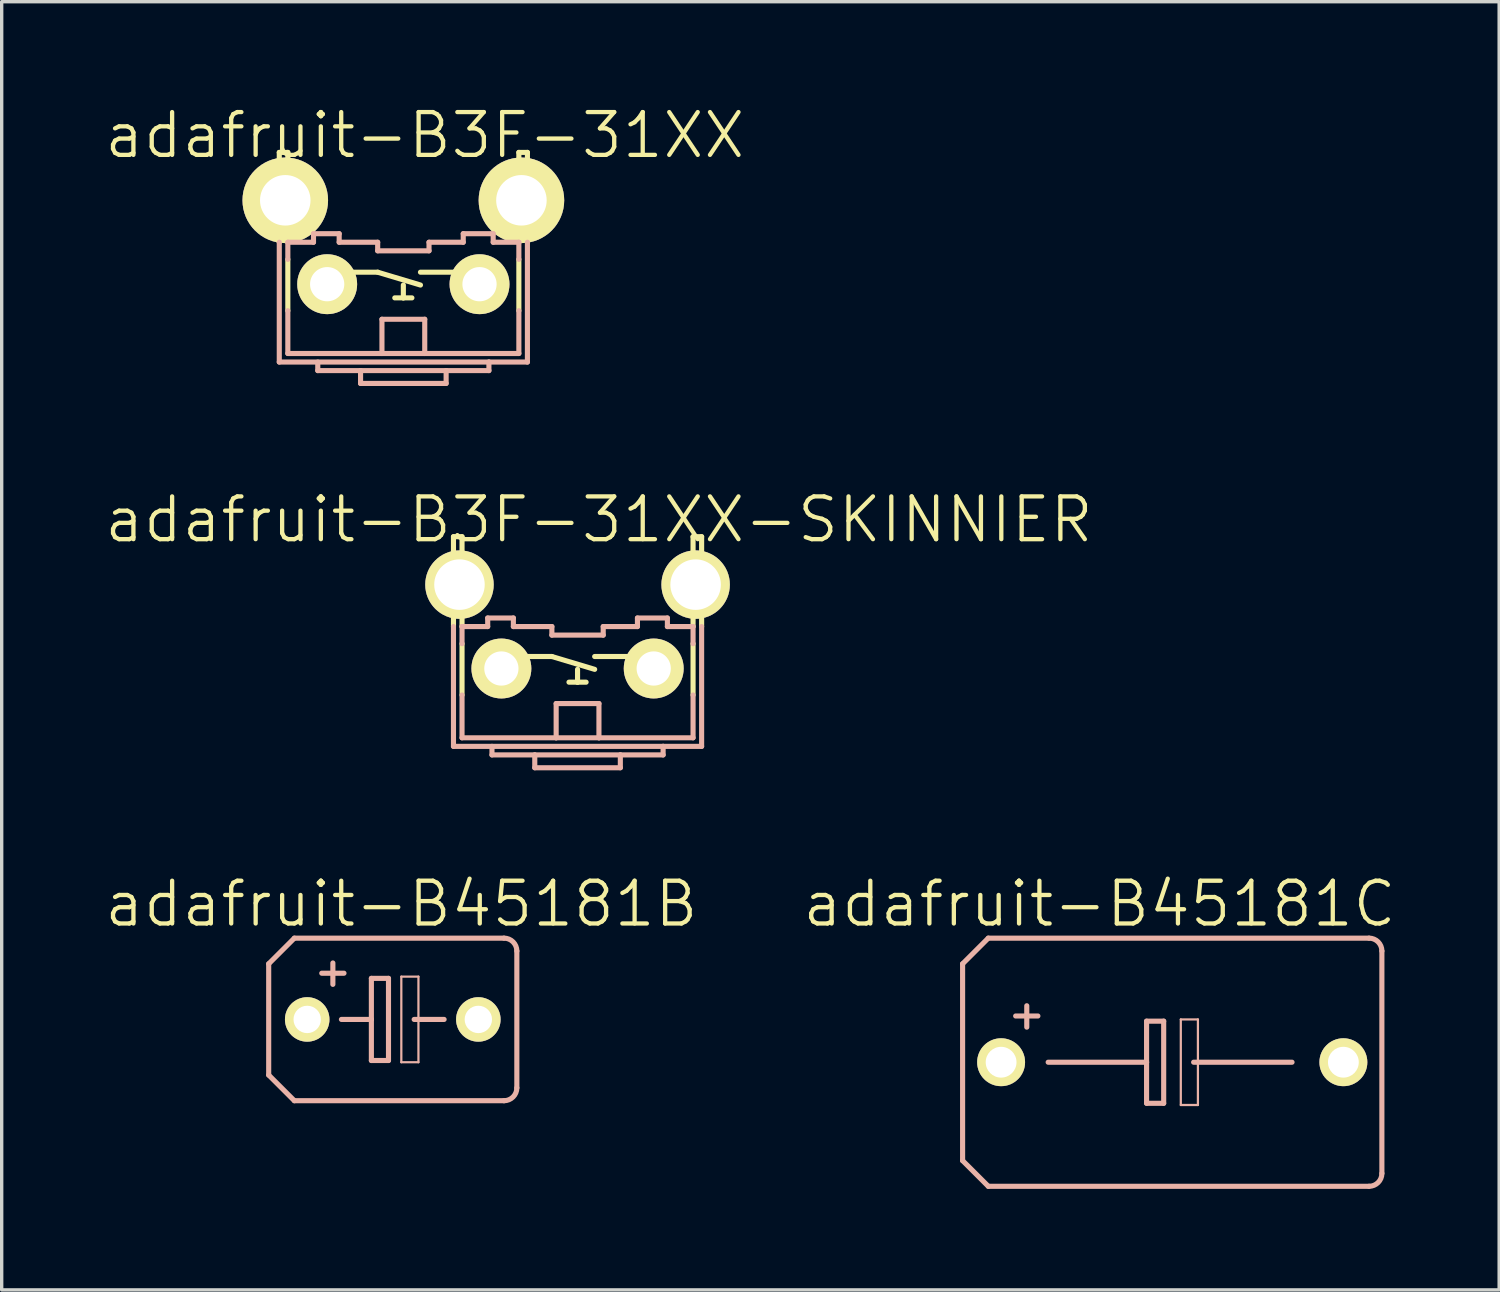
<source format=kicad_pcb>
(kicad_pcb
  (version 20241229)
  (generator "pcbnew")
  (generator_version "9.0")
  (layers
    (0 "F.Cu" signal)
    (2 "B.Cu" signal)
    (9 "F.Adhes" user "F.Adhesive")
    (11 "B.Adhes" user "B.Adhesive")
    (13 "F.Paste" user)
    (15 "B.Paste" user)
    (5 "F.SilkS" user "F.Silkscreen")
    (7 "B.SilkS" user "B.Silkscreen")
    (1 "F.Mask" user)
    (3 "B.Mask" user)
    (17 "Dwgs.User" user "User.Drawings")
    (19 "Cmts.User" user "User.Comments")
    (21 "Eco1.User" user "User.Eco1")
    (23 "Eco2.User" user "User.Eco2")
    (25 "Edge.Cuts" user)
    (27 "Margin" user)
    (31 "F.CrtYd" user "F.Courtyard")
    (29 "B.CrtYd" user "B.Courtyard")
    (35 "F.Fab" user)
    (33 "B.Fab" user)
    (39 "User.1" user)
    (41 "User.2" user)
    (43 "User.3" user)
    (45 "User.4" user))
  (footprint "adafruit-B45181C"
    (layer "F.Cu")
    (at 31.747 28.481)
    (property "Reference" "adafruit-B45181C" (at -2.159 -4.699 0) (layer "F.SilkS") (effects (font (size 1.27 1.27) (thickness 0.127))))
    (attr exclude_from_pos_files exclude_from_bom)
    (fp_line (start -6.223 -2.921) (end -6.223 2.921) (stroke (width 0.152) (type solid)) (layer "B.SilkS"))
    (fp_line (start -6.223 -2.921) (end -5.461 -3.683) (stroke (width 0.152) (type solid)) (layer "B.SilkS"))
    (fp_line (start -5.461 3.683) (end -6.223 2.921) (stroke (width 0.152) (type solid)) (layer "B.SilkS"))
    (fp_line (start -5.461 3.683) (end 5.842 3.683) (stroke (width 0.152) (type solid)) (layer "B.SilkS"))
    (fp_line (start -4.318 -1.676) (end -4.318 -1.041) (stroke (width 0.152) (type solid)) (layer "B.SilkS"))
    (fp_line (start -3.988 -1.372) (end -4.648 -1.372) (stroke (width 0.152) (type solid)) (layer "B.SilkS"))
    (fp_line (start -3.683 0) (end -0.762 0) (stroke (width 0.152) (type solid)) (layer "B.SilkS"))
    (fp_line (start -0.762 -1.219) (end -0.762 0) (stroke (width 0.152) (type solid)) (layer "B.SilkS"))
    (fp_line (start -0.762 0) (end -0.762 1.219) (stroke (width 0.152) (type solid)) (layer "B.SilkS"))
    (fp_line (start -0.762 1.219) (end -0.254 1.219) (stroke (width 0.152) (type solid)) (layer "B.SilkS"))
    (fp_line (start -0.254 -1.219) (end -0.762 -1.219) (stroke (width 0.152) (type solid)) (layer "B.SilkS"))
    (fp_line (start -0.254 1.219) (end -0.254 -1.219) (stroke (width 0.152) (type solid)) (layer "B.SilkS"))
    (fp_line (start 0.254 -1.27) (end 0.762 -1.27) (stroke (width 0.066) (type solid)) (layer "B.SilkS"))
    (fp_line (start 0.254 1.27) (end 0.254 -1.27) (stroke (width 0.066) (type solid)) (layer "B.SilkS"))
    (fp_line (start 0.254 1.27) (end 0.762 1.27) (stroke (width 0.066) (type solid)) (layer "B.SilkS"))
    (fp_line (start 0.635 0) (end 3.556 0) (stroke (width 0.152) (type solid)) (layer "B.SilkS"))
    (fp_line (start 0.762 1.27) (end 0.762 -1.27) (stroke (width 0.066) (type solid)) (layer "B.SilkS"))
    (fp_line (start 5.842 -3.683) (end -5.461 -3.683) (stroke (width 0.152) (type solid)) (layer "B.SilkS"))
    (fp_line (start 6.223 -3.302) (end 6.223 3.302) (stroke (width 0.152) (type solid)) (layer "B.SilkS"))
    (fp_arc (start 5.842 -3.683) (mid 6.111408 -3.571408) (end 6.223 -3.302) (stroke (width 0.1524) (type solid)) (layer "B.SilkS"))
    (fp_arc (start 6.223 3.302) (mid 6.111408 3.571408) (end 5.842 3.683) (stroke (width 0.1524) (type solid)) (layer "B.SilkS"))
    (pad "+" thru_hole circle (at -5.08 0) (size 1.422 1.422) (drill 0.914) (layers "*.Cu" "F.Mask" "F.SilkS" "F.Paste"))
    (pad "-" thru_hole circle (at 5.08 0) (size 1.422 1.422) (drill 0.914) (layers "*.Cu" "F.Mask" "F.SilkS" "F.Paste")))
  (footprint "adafruit-B45181B"
    (layer "F.Cu")
    (at 8.609 27.211)
    (property "Reference" "adafruit-B45181B" (at 0.254 -3.429 0) (layer "F.SilkS") (effects (font (size 1.27 1.27) (thickness 0.127))))
    (attr exclude_from_pos_files exclude_from_bom)
    (fp_line (start -3.683 -1.651) (end -3.683 1.651) (stroke (width 0.152) (type solid)) (layer "B.SilkS"))
    (fp_line (start -3.683 -1.651) (end -2.921 -2.413) (stroke (width 0.152) (type solid)) (layer "B.SilkS"))
    (fp_line (start -2.921 2.413) (end -3.683 1.651) (stroke (width 0.152) (type solid)) (layer "B.SilkS"))
    (fp_line (start -2.921 2.413) (end 3.302 2.413) (stroke (width 0.152) (type solid)) (layer "B.SilkS"))
    (fp_line (start -1.778 -1.676) (end -1.778 -1.041) (stroke (width 0.152) (type solid)) (layer "B.SilkS"))
    (fp_line (start -1.524 0) (end -0.635 0) (stroke (width 0.152) (type solid)) (layer "B.SilkS"))
    (fp_line (start -1.448 -1.372) (end -2.108 -1.372) (stroke (width 0.152) (type solid)) (layer "B.SilkS"))
    (fp_line (start -0.635 -1.219) (end -0.635 0) (stroke (width 0.152) (type solid)) (layer "B.SilkS"))
    (fp_line (start -0.635 0) (end -0.635 1.219) (stroke (width 0.152) (type solid)) (layer "B.SilkS"))
    (fp_line (start -0.635 1.219) (end -0.127 1.219) (stroke (width 0.152) (type solid)) (layer "B.SilkS"))
    (fp_line (start -0.127 -1.219) (end -0.635 -1.219) (stroke (width 0.152) (type solid)) (layer "B.SilkS"))
    (fp_line (start -0.127 1.219) (end -0.127 -1.219) (stroke (width 0.152) (type solid)) (layer "B.SilkS"))
    (fp_line (start 0.254 -1.27) (end 0.762 -1.27) (stroke (width 0.066) (type solid)) (layer "B.SilkS"))
    (fp_line (start 0.254 1.27) (end 0.254 -1.27) (stroke (width 0.066) (type solid)) (layer "B.SilkS"))
    (fp_line (start 0.254 1.27) (end 0.762 1.27) (stroke (width 0.066) (type solid)) (layer "B.SilkS"))
    (fp_line (start 0.635 0) (end 1.524 0) (stroke (width 0.152) (type solid)) (layer "B.SilkS"))
    (fp_line (start 0.762 1.27) (end 0.762 -1.27) (stroke (width 0.066) (type solid)) (layer "B.SilkS"))
    (fp_line (start 3.302 -2.413) (end -2.921 -2.413) (stroke (width 0.152) (type solid)) (layer "B.SilkS"))
    (fp_line (start 3.683 -2.032) (end 3.683 2.032) (stroke (width 0.152) (type solid)) (layer "B.SilkS"))
    (fp_arc (start 3.302 -2.413) (mid 3.571408 -2.301408) (end 3.683 -2.032) (stroke (width 0.1524) (type solid)) (layer "B.SilkS"))
    (fp_arc (start 3.683 2.032) (mid 3.571408 2.301408) (end 3.302 2.413) (stroke (width 0.1524) (type solid)) (layer "B.SilkS"))
    (pad "+" thru_hole circle (at -2.54 0) (size 1.321 1.321) (drill 0.813) (layers "*.Cu" "F.Mask" "F.SilkS" "F.Paste"))
    (pad "-" thru_hole circle (at 2.54 0) (size 1.321 1.321) (drill 0.813) (layers "*.Cu" "F.Mask" "F.SilkS" "F.Paste")))
  (footprint "adafruit-B3F-31XX"
    (layer "F.Cu")
    (at 8.923 4.141)
    (property "Reference" "adafruit-B3F-31XX" (at 0.635 -3.175 0) (layer "F.SilkS") (effects (font (size 1.27 1.27) (thickness 0.127))))
    (attr exclude_from_pos_files exclude_from_bom)
    (fp_line (start -3.683 -2.667) (end -3.429 -2.667) (stroke (width 0.152) (type solid)) (layer "F.SilkS"))
    (fp_line (start -3.683 0) (end -3.683 -2.667) (stroke (width 0.152) (type solid)) (layer "F.SilkS"))
    (fp_line (start -3.429 -2.667) (end -3.429 0) (stroke (width 0.152) (type solid)) (layer "F.SilkS"))
    (fp_line (start -3.429 0.508) (end -3.429 2.032) (stroke (width 0.152) (type solid)) (layer "F.SilkS"))
    (fp_line (start -1.651 0.889) (end -0.762 0.889) (stroke (width 0.152) (type solid)) (layer "F.SilkS"))
    (fp_line (start -0.762 0.889) (end 0.508 1.27) (stroke (width 0.152) (type solid)) (layer "F.SilkS"))
    (fp_line (start -0.254 1.651) (end 0 1.651) (stroke (width 0.152) (type solid)) (layer "F.SilkS"))
    (fp_line (start 0 1.27) (end 0 1.651) (stroke (width 0.152) (type solid)) (layer "F.SilkS"))
    (fp_line (start 0 1.651) (end 0.254 1.651) (stroke (width 0.152) (type solid)) (layer "F.SilkS"))
    (fp_line (start 0.508 0.889) (end 1.651 0.889) (stroke (width 0.152) (type solid)) (layer "F.SilkS"))
    (fp_line (start 3.429 -2.667) (end 3.683 -2.667) (stroke (width 0.152) (type solid)) (layer "F.SilkS"))
    (fp_line (start 3.429 0) (end 3.429 -2.667) (stroke (width 0.152) (type solid)) (layer "F.SilkS"))
    (fp_line (start 3.429 0.508) (end 3.429 2.032) (stroke (width 0.152) (type solid)) (layer "F.SilkS"))
    (fp_line (start 3.683 -2.667) (end 3.683 0) (stroke (width 0.152) (type solid)) (layer "F.SilkS"))
    (fp_line (start -3.683 0) (end -3.683 3.556) (stroke (width 0.152) (type solid)) (layer "B.SilkS"))
    (fp_line (start -3.429 0) (end -2.667 0) (stroke (width 0.152) (type solid)) (layer "B.SilkS"))
    (fp_line (start -3.429 0.508) (end -3.429 0) (stroke (width 0.152) (type solid)) (layer "B.SilkS"))
    (fp_line (start -3.429 2.032) (end -3.429 3.302) (stroke (width 0.152) (type solid)) (layer "B.SilkS"))
    (fp_line (start -3.429 3.302) (end -0.635 3.302) (stroke (width 0.152) (type solid)) (layer "B.SilkS"))
    (fp_line (start -2.667 -0.254) (end -2.667 0) (stroke (width 0.152) (type solid)) (layer "B.SilkS"))
    (fp_line (start -2.667 -0.254) (end -1.905 -0.254) (stroke (width 0.152) (type solid)) (layer "B.SilkS"))
    (fp_line (start -2.54 3.556) (end -2.54 3.81) (stroke (width 0.152) (type solid)) (layer "B.SilkS"))
    (fp_line (start -2.54 3.81) (end -1.27 3.81) (stroke (width 0.152) (type solid)) (layer "B.SilkS"))
    (fp_line (start -1.905 0) (end -1.905 -0.254) (stroke (width 0.152) (type solid)) (layer "B.SilkS"))
    (fp_line (start -1.905 0) (end -0.762 0) (stroke (width 0.152) (type solid)) (layer "B.SilkS"))
    (fp_line (start -1.27 3.81) (end -1.27 4.191) (stroke (width 0.152) (type solid)) (layer "B.SilkS"))
    (fp_line (start -1.27 3.81) (end 1.27 3.81) (stroke (width 0.152) (type solid)) (layer "B.SilkS"))
    (fp_line (start -1.27 4.191) (end 1.27 4.191) (stroke (width 0.152) (type solid)) (layer "B.SilkS"))
    (fp_line (start -0.762 0.254) (end -0.762 0) (stroke (width 0.152) (type solid)) (layer "B.SilkS"))
    (fp_line (start -0.762 0.254) (end 0.762 0.254) (stroke (width 0.152) (type solid)) (layer "B.SilkS"))
    (fp_line (start -0.635 2.286) (end 0.635 2.286) (stroke (width 0.152) (type solid)) (layer "B.SilkS"))
    (fp_line (start -0.635 3.302) (end -0.635 2.286) (stroke (width 0.152) (type solid)) (layer "B.SilkS"))
    (fp_line (start -0.635 3.302) (end 0.635 3.302) (stroke (width 0.152) (type solid)) (layer "B.SilkS"))
    (fp_line (start 0.635 3.302) (end 0.635 2.286) (stroke (width 0.152) (type solid)) (layer "B.SilkS"))
    (fp_line (start 0.635 3.302) (end 3.429 3.302) (stroke (width 0.152) (type solid)) (layer "B.SilkS"))
    (fp_line (start 0.762 0) (end 0.762 0.254) (stroke (width 0.152) (type solid)) (layer "B.SilkS"))
    (fp_line (start 0.762 0) (end 1.778 0) (stroke (width 0.152) (type solid)) (layer "B.SilkS"))
    (fp_line (start 1.27 3.81) (end 1.27 4.191) (stroke (width 0.152) (type solid)) (layer "B.SilkS"))
    (fp_line (start 1.27 3.81) (end 2.54 3.81) (stroke (width 0.152) (type solid)) (layer "B.SilkS"))
    (fp_line (start 1.778 -0.254) (end 2.667 -0.254) (stroke (width 0.152) (type solid)) (layer "B.SilkS"))
    (fp_line (start 1.778 0) (end 1.778 -0.254) (stroke (width 0.152) (type solid)) (layer "B.SilkS"))
    (fp_line (start 2.54 3.556) (end -3.683 3.556) (stroke (width 0.152) (type solid)) (layer "B.SilkS"))
    (fp_line (start 2.54 3.556) (end 2.54 3.81) (stroke (width 0.152) (type solid)) (layer "B.SilkS"))
    (fp_line (start 2.667 0) (end 2.667 -0.254) (stroke (width 0.152) (type solid)) (layer "B.SilkS"))
    (fp_line (start 2.667 0) (end 3.429 0) (stroke (width 0.152) (type solid)) (layer "B.SilkS"))
    (fp_line (start 3.429 0.508) (end 3.429 0) (stroke (width 0.152) (type solid)) (layer "B.SilkS"))
    (fp_line (start 3.429 2.032) (end 3.429 3.302) (stroke (width 0.152) (type solid)) (layer "B.SilkS"))
    (fp_line (start 3.683 0) (end 3.683 3.556) (stroke (width 0.152) (type solid)) (layer "B.SilkS"))
    (fp_line (start 3.683 3.556) (end 2.54 3.556) (stroke (width 0.152) (type solid)) (layer "B.SilkS"))
    (pad "1" thru_hole circle (at -2.261 1.245) (size 1.778 1.778) (drill 1.016) (layers "*.Cu" "F.Mask" "F.SilkS" "F.Paste"))
    (pad "2" thru_hole circle (at 2.261 1.245) (size 1.778 1.778) (drill 1.016) (layers "*.Cu" "F.Mask" "F.SilkS" "F.Paste"))
    (pad "3" thru_hole circle (at -3.505 -1.245) (size 2.54 2.54) (drill 1.499) (layers "*.Cu" "F.Mask" "F.SilkS" "F.Paste"))
    (pad "4" thru_hole circle (at 3.505 -1.245) (size 2.54 2.54) (drill 1.499) (layers "*.Cu" "F.Mask" "F.SilkS" "F.Paste")))
  (footprint "adafruit-B3F-31XX-SKINNIER"
    (layer "F.Cu")
    (at 14.094 15.549)
    (property "Reference" "adafruit-B3F-31XX-SKINNIER" (at 0.635 -3.175 0) (layer "F.SilkS") (effects (font (size 1.27 1.27) (thickness 0.127))))
    (attr exclude_from_pos_files exclude_from_bom)
    (fp_line (start -3.683 -2.667) (end -3.429 -2.667) (stroke (width 0.152) (type solid)) (layer "F.SilkS"))
    (fp_line (start -3.683 0) (end -3.683 -2.667) (stroke (width 0.152) (type solid)) (layer "F.SilkS"))
    (fp_line (start -3.429 -2.667) (end -3.429 0) (stroke (width 0.152) (type solid)) (layer "F.SilkS"))
    (fp_line (start -3.429 0.508) (end -3.429 2.032) (stroke (width 0.152) (type solid)) (layer "F.SilkS"))
    (fp_line (start -1.651 0.889) (end -0.762 0.889) (stroke (width 0.152) (type solid)) (layer "F.SilkS"))
    (fp_line (start -0.762 0.889) (end 0.508 1.27) (stroke (width 0.152) (type solid)) (layer "F.SilkS"))
    (fp_line (start -0.254 1.651) (end 0 1.651) (stroke (width 0.152) (type solid)) (layer "F.SilkS"))
    (fp_line (start 0 1.27) (end 0 1.651) (stroke (width 0.152) (type solid)) (layer "F.SilkS"))
    (fp_line (start 0 1.651) (end 0.254 1.651) (stroke (width 0.152) (type solid)) (layer "F.SilkS"))
    (fp_line (start 0.508 0.889) (end 1.651 0.889) (stroke (width 0.152) (type solid)) (layer "F.SilkS"))
    (fp_line (start 3.429 -2.667) (end 3.683 -2.667) (stroke (width 0.152) (type solid)) (layer "F.SilkS"))
    (fp_line (start 3.429 0) (end 3.429 -2.667) (stroke (width 0.152) (type solid)) (layer "F.SilkS"))
    (fp_line (start 3.429 0.508) (end 3.429 2.032) (stroke (width 0.152) (type solid)) (layer "F.SilkS"))
    (fp_line (start 3.683 -2.667) (end 3.683 0) (stroke (width 0.152) (type solid)) (layer "F.SilkS"))
    (fp_line (start -3.683 0) (end -3.683 3.556) (stroke (width 0.152) (type solid)) (layer "B.SilkS"))
    (fp_line (start -3.429 0) (end -2.667 0) (stroke (width 0.152) (type solid)) (layer "B.SilkS"))
    (fp_line (start -3.429 0.508) (end -3.429 0) (stroke (width 0.152) (type solid)) (layer "B.SilkS"))
    (fp_line (start -3.429 2.032) (end -3.429 3.302) (stroke (width 0.152) (type solid)) (layer "B.SilkS"))
    (fp_line (start -3.429 3.302) (end -0.635 3.302) (stroke (width 0.152) (type solid)) (layer "B.SilkS"))
    (fp_line (start -2.667 -0.254) (end -2.667 0) (stroke (width 0.152) (type solid)) (layer "B.SilkS"))
    (fp_line (start -2.667 -0.254) (end -1.905 -0.254) (stroke (width 0.152) (type solid)) (layer "B.SilkS"))
    (fp_line (start -2.54 3.556) (end -2.54 3.81) (stroke (width 0.152) (type solid)) (layer "B.SilkS"))
    (fp_line (start -2.54 3.81) (end -1.27 3.81) (stroke (width 0.152) (type solid)) (layer "B.SilkS"))
    (fp_line (start -1.905 0) (end -1.905 -0.254) (stroke (width 0.152) (type solid)) (layer "B.SilkS"))
    (fp_line (start -1.905 0) (end -0.762 0) (stroke (width 0.152) (type solid)) (layer "B.SilkS"))
    (fp_line (start -1.27 3.81) (end -1.27 4.191) (stroke (width 0.152) (type solid)) (layer "B.SilkS"))
    (fp_line (start -1.27 3.81) (end 1.27 3.81) (stroke (width 0.152) (type solid)) (layer "B.SilkS"))
    (fp_line (start -1.27 4.191) (end 1.27 4.191) (stroke (width 0.152) (type solid)) (layer "B.SilkS"))
    (fp_line (start -0.762 0.254) (end -0.762 0) (stroke (width 0.152) (type solid)) (layer "B.SilkS"))
    (fp_line (start -0.762 0.254) (end 0.762 0.254) (stroke (width 0.152) (type solid)) (layer "B.SilkS"))
    (fp_line (start -0.635 2.286) (end 0.635 2.286) (stroke (width 0.152) (type solid)) (layer "B.SilkS"))
    (fp_line (start -0.635 3.302) (end -0.635 2.286) (stroke (width 0.152) (type solid)) (layer "B.SilkS"))
    (fp_line (start -0.635 3.302) (end 0.635 3.302) (stroke (width 0.152) (type solid)) (layer "B.SilkS"))
    (fp_line (start 0.635 3.302) (end 0.635 2.286) (stroke (width 0.152) (type solid)) (layer "B.SilkS"))
    (fp_line (start 0.635 3.302) (end 3.429 3.302) (stroke (width 0.152) (type solid)) (layer "B.SilkS"))
    (fp_line (start 0.762 0) (end 0.762 0.254) (stroke (width 0.152) (type solid)) (layer "B.SilkS"))
    (fp_line (start 0.762 0) (end 1.778 0) (stroke (width 0.152) (type solid)) (layer "B.SilkS"))
    (fp_line (start 1.27 3.81) (end 1.27 4.191) (stroke (width 0.152) (type solid)) (layer "B.SilkS"))
    (fp_line (start 1.27 3.81) (end 2.54 3.81) (stroke (width 0.152) (type solid)) (layer "B.SilkS"))
    (fp_line (start 1.778 -0.254) (end 2.667 -0.254) (stroke (width 0.152) (type solid)) (layer "B.SilkS"))
    (fp_line (start 1.778 0) (end 1.778 -0.254) (stroke (width 0.152) (type solid)) (layer "B.SilkS"))
    (fp_line (start 2.54 3.556) (end -3.683 3.556) (stroke (width 0.152) (type solid)) (layer "B.SilkS"))
    (fp_line (start 2.54 3.556) (end 2.54 3.81) (stroke (width 0.152) (type solid)) (layer "B.SilkS"))
    (fp_line (start 2.667 0) (end 2.667 -0.254) (stroke (width 0.152) (type solid)) (layer "B.SilkS"))
    (fp_line (start 2.667 0) (end 3.429 0) (stroke (width 0.152) (type solid)) (layer "B.SilkS"))
    (fp_line (start 3.429 0.508) (end 3.429 0) (stroke (width 0.152) (type solid)) (layer "B.SilkS"))
    (fp_line (start 3.429 2.032) (end 3.429 3.302) (stroke (width 0.152) (type solid)) (layer "B.SilkS"))
    (fp_line (start 3.683 0) (end 3.683 3.556) (stroke (width 0.152) (type solid)) (layer "B.SilkS"))
    (fp_line (start 3.683 3.556) (end 2.54 3.556) (stroke (width 0.152) (type solid)) (layer "B.SilkS"))
    (pad "1" thru_hole circle (at -2.261 1.245) (size 1.778 1.778) (drill 1.016) (layers "*.Cu" "F.Mask" "F.SilkS" "F.Paste"))
    (pad "2" thru_hole circle (at 2.261 1.245) (size 1.778 1.778) (drill 1.016) (layers "*.Cu" "F.Mask" "F.SilkS" "F.Paste"))
    (pad "3" thru_hole circle (at -3.505 -1.245) (size 2.032 2.032) (drill 1.499) (layers "*.Cu" "F.Mask" "F.SilkS" "F.Paste"))
    (pad "4" thru_hole circle (at 3.505 -1.245) (size 2.032 2.032) (drill 1.499) (layers "*.Cu" "F.Mask" "F.SilkS" "F.Paste")))
  (gr_rect
    (start -3 -3)
    (end 41.451 35.24)
    (stroke (width 0.1) (type default))
    (fill no)
    (layer "Edge.Cuts")))
</source>
